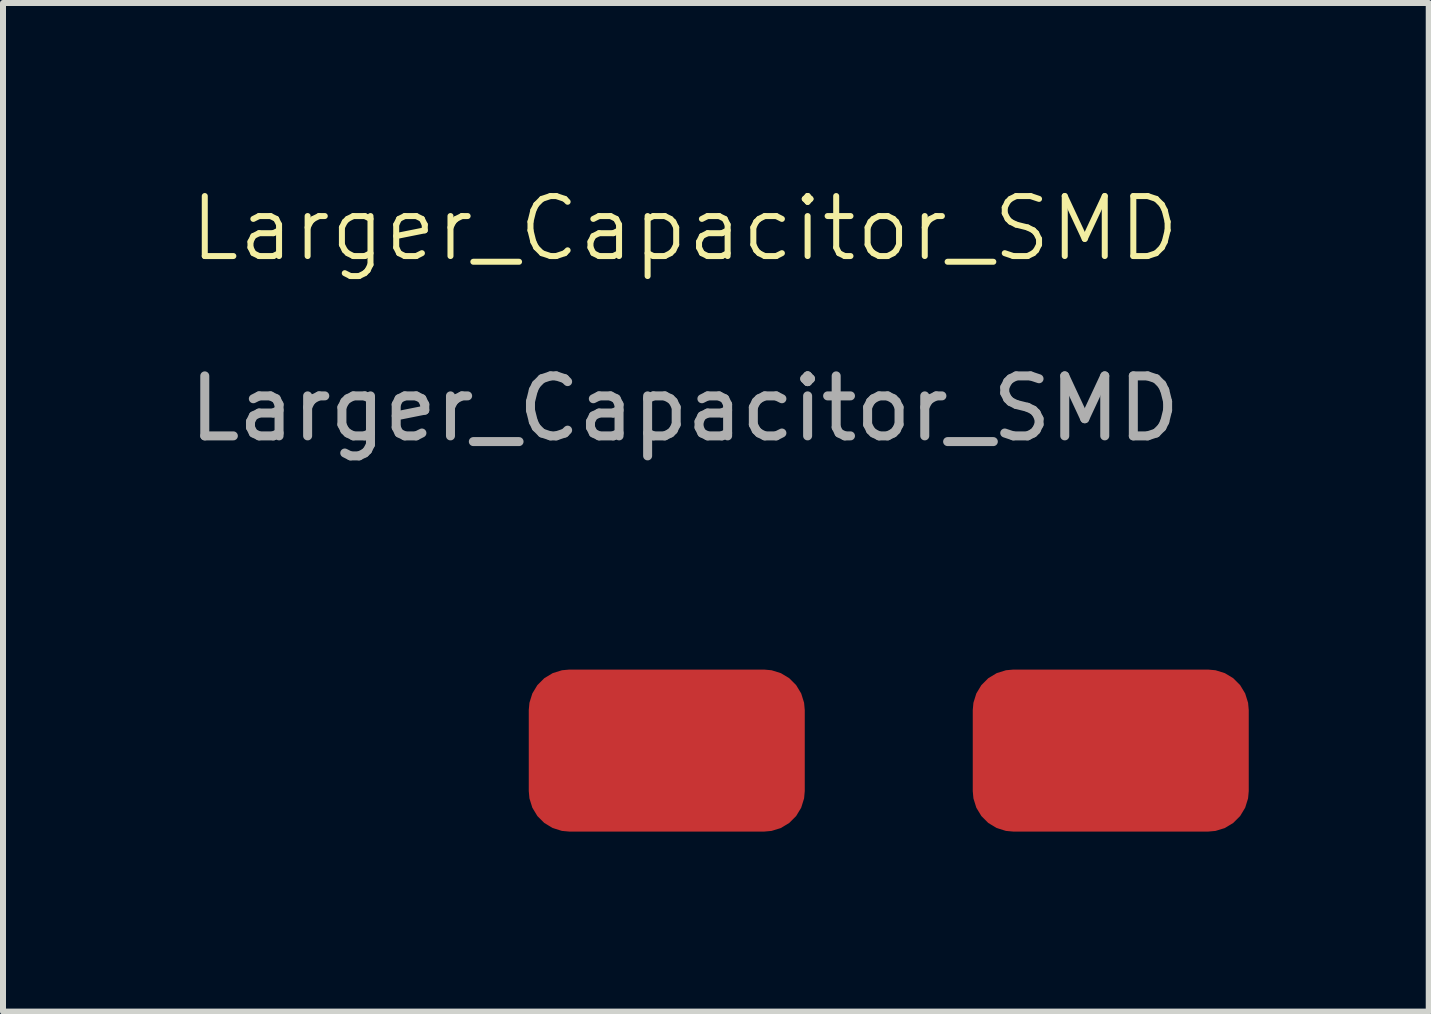
<source format=kicad_pcb>
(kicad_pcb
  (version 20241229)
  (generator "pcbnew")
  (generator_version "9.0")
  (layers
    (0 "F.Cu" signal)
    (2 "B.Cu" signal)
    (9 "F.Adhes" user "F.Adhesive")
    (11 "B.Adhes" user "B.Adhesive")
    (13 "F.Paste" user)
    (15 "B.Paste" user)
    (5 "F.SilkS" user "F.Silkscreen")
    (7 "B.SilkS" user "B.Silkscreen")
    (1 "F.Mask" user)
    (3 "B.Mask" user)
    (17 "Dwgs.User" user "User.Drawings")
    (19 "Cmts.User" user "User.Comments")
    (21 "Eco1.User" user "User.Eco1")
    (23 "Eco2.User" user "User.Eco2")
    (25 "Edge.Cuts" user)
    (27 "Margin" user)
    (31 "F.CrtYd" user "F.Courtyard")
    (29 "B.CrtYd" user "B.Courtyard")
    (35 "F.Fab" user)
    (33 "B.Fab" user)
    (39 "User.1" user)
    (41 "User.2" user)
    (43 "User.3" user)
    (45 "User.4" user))
  (footprint "Larger_Capacitor_SMD"
    (layer "F.Cu")
    (at 8.063 1.96)
    (property "Reference" "Larger_Capacitor_SMD" (at 0.3 -1.2 0) (unlocked yes) (layer "F.SilkS") (effects (font (size 1 1) (thickness 0.1))))
    (attr smd)
    (fp_text user "${REFERENCE}" (at 0.3 1.8 0) (unlocked yes) (layer "F.Fab") (effects (font (size 1 1) (thickness 0.15))))
    (pad "1" smd roundrect (at 0 7.5 180) (size 4.6 2.7) (layers "F.Cu" "F.Mask" "F.Paste") (roundrect_rratio 0.25))
    (pad "2" smd roundrect (at 7.4 7.5 180) (size 4.6 2.7) (layers "F.Cu" "F.Mask" "F.Paste") (roundrect_rratio 0.25)))
  (gr_rect
    (start -3 -3)
    (end 20.763 13.81)
    (stroke (width 0.1) (type default))
    (fill no)
    (layer "Edge.Cuts")))
</source>
